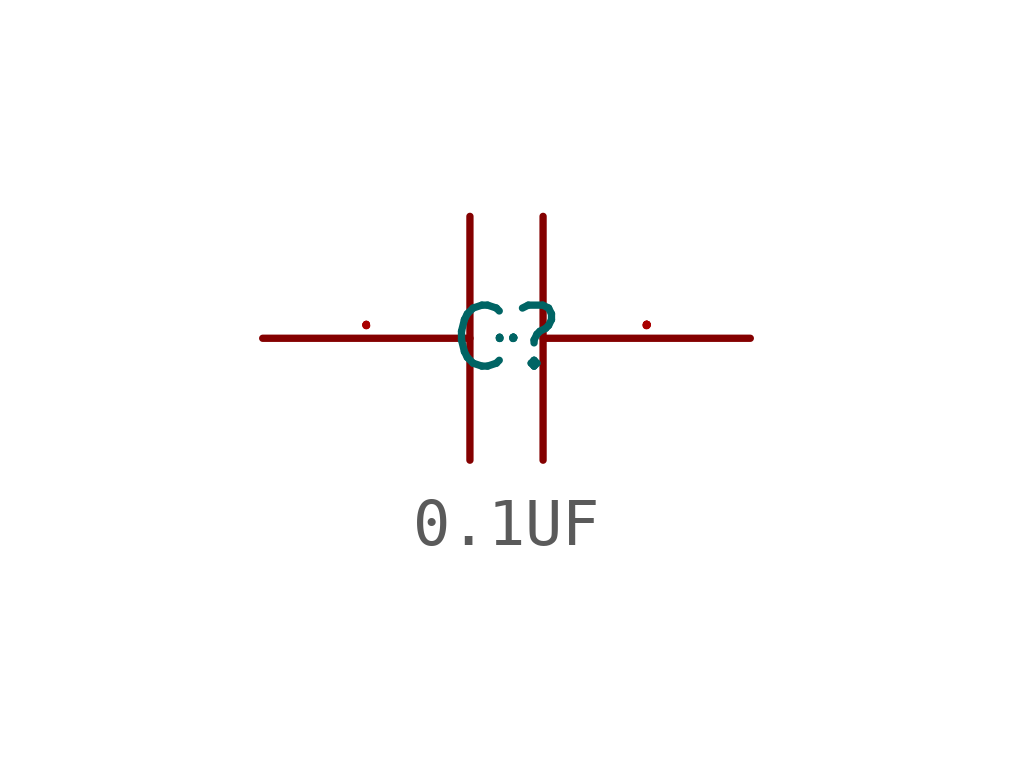
<source format=kicad_sym>
(kicad_symbol_lib
  (version 20231120)
  (generator "kicad_symbol_editor")
  (generator_version "8.0")
  (symbol "0.1UF"
    (property "Reference" "C"
      (at 0 0 0)
      (effects (font (size 1.27 1.27))))
    (property "Value" ""
      (at 0 0 0)
      (effects (font (size 1.27 1.27))))
    (symbol "0.1UF_1_0"
      (polyline (pts (xy -0.762 -2.54) (xy -0.762 2.54)) (stroke (width 0) (type default)) (fill (type none)))
      (polyline (pts (xy 0.762 2.54) (xy 0.762 -2.54)) (stroke (width 0) (type default)) (fill (type none)))
      (pin unspecified line (at -5.08 0 0) (length 4.318) (name "1" (effects (font (size 0.025 0.025)))) (number "1" (effects (font (size 0.025 0.025)))))
      (pin unspecified line (at 5.08 0 180) (length 4.318) (name "2" (effects (font (size 0.025 0.025)))) (number "2" (effects (font (size 0.025 0.025))))))))
</source>
